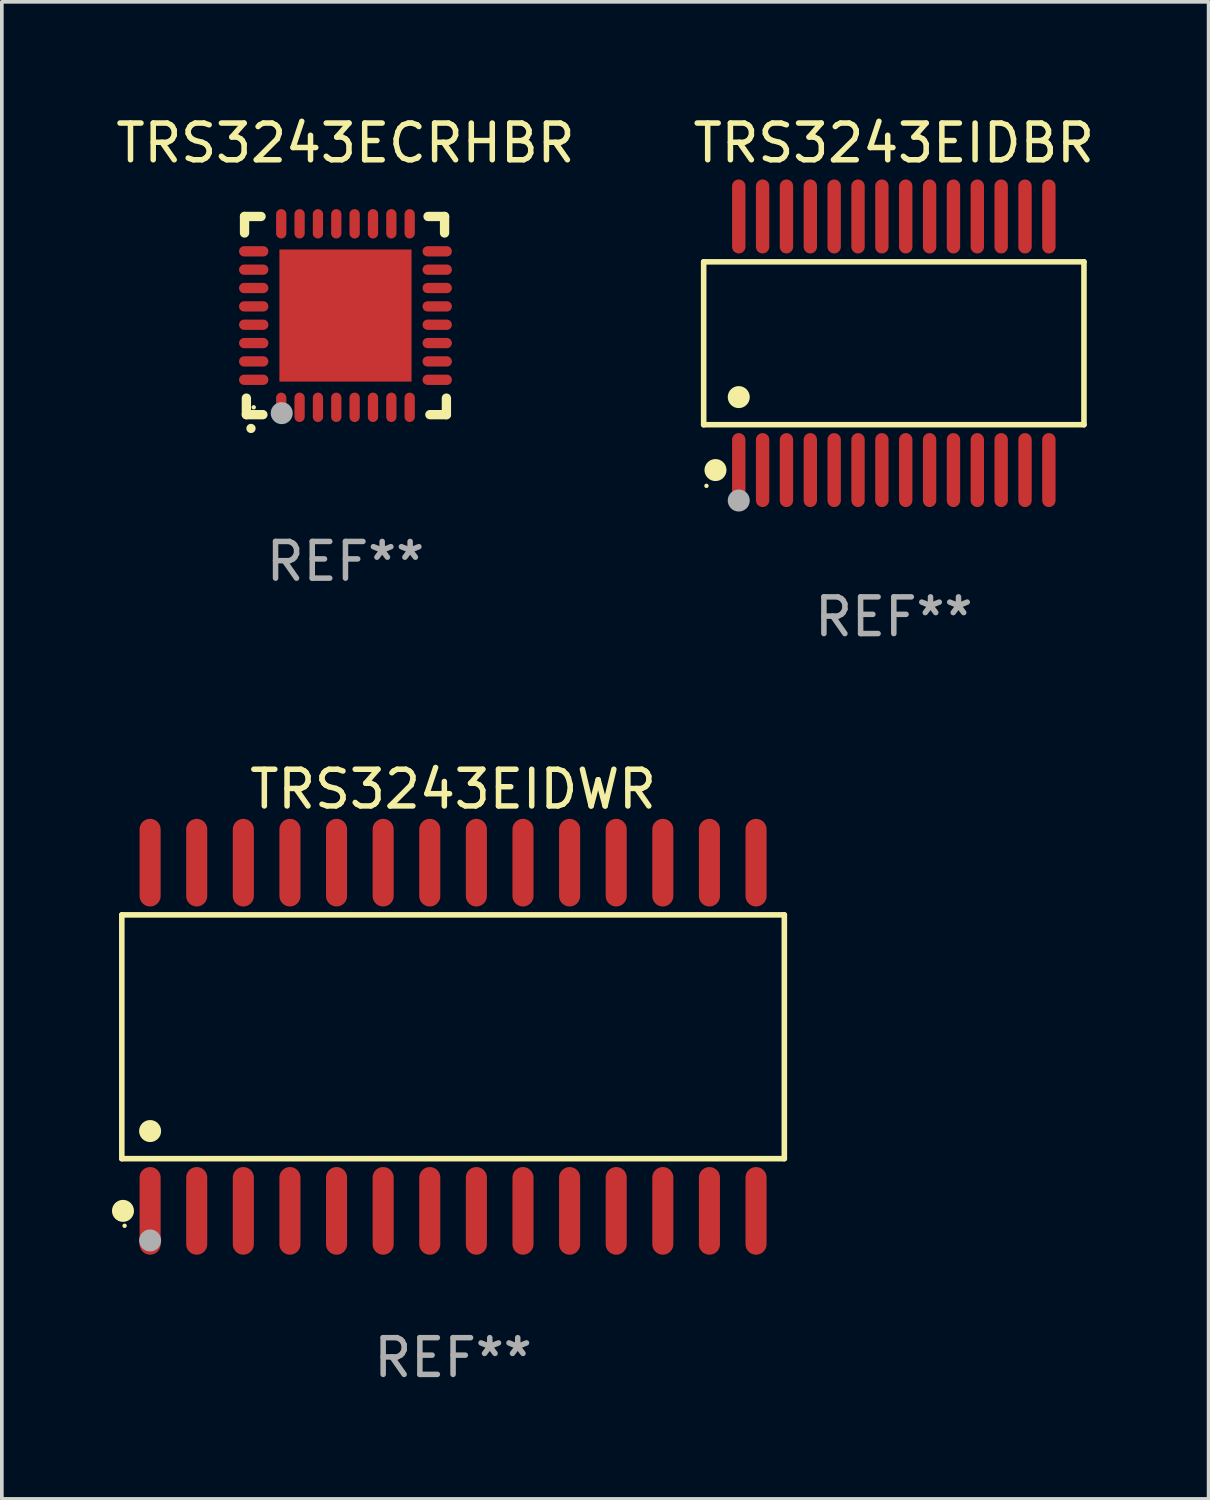
<source format=kicad_pcb>
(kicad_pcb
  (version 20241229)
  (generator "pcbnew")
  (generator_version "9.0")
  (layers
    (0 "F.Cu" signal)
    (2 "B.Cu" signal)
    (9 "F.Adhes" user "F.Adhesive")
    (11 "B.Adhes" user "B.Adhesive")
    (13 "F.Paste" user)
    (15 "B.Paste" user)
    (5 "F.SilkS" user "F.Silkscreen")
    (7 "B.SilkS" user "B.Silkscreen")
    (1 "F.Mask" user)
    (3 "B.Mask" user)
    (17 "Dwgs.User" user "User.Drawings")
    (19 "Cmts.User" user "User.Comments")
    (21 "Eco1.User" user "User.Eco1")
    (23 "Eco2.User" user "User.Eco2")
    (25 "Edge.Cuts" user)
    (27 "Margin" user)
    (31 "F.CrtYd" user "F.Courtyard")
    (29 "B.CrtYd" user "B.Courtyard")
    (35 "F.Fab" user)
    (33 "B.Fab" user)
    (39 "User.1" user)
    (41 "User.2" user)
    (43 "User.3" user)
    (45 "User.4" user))
  (footprint "TRS3243EIDWR"
    (layer "F.Cu")
    (at 9.295 25.199)
    (property "Reference" "TRS3243EIDWR" (at 0 -6.744 0) (layer "F.SilkS") (effects (font (size 1 1) (thickness 0.15))))
    (attr through_hole)
    (fp_line (start -9.026 -3.321) (end 9.026 -3.321) (stroke (width 0.152) (type solid)) (layer "F.SilkS"))
    (fp_line (start -9.026 3.321) (end -9.026 -3.321) (stroke (width 0.152) (type solid)) (layer "F.SilkS"))
    (fp_line (start 9.026 -3.321) (end 9.026 3.321) (stroke (width 0.152) (type solid)) (layer "F.SilkS"))
    (fp_line (start 9.026 3.321) (end -9.026 3.321) (stroke (width 0.152) (type solid)) (layer "F.SilkS"))
    (fp_circle (center -8.994 4.744) (end -8.844 4.744) (stroke (width 0.3) (type solid)) (fill no) (layer "F.SilkS"))
    (fp_circle (center -8.95 5.15) (end -8.92 5.15) (stroke (width 0.06) (type solid)) (fill no) (layer "F.SilkS"))
    (fp_circle (center -8.255 2.569) (end -8.105 2.569) (stroke (width 0.3) (type solid)) (fill no) (layer "F.SilkS"))
    (fp_circle (center -8.255 5.55) (end -8.105 5.55) (stroke (width 0.3) (type solid)) (fill no) (layer "F.Fab"))
    (fp_text user "REF**" (at 0 8.744 0) (layer "F.Fab") (effects (font (size 1 1) (thickness 0.15))))
    (pad "1" smd oval (at -8.255 4.744) (size 0.574 2.388) (layers "F.Cu" "F.Mask" "F.Paste"))
    (pad "2" smd oval (at -6.985 4.744) (size 0.574 2.388) (layers "F.Cu" "F.Mask" "F.Paste"))
    (pad "3" smd oval (at -5.715 4.744) (size 0.574 2.388) (layers "F.Cu" "F.Mask" "F.Paste"))
    (pad "4" smd oval (at -4.445 4.744) (size 0.574 2.388) (layers "F.Cu" "F.Mask" "F.Paste"))
    (pad "5" smd oval (at -3.175 4.744) (size 0.574 2.388) (layers "F.Cu" "F.Mask" "F.Paste"))
    (pad "6" smd oval (at -1.905 4.744) (size 0.574 2.388) (layers "F.Cu" "F.Mask" "F.Paste"))
    (pad "7" smd oval (at -0.635 4.744) (size 0.574 2.388) (layers "F.Cu" "F.Mask" "F.Paste"))
    (pad "8" smd oval (at 0.635 4.744) (size 0.574 2.388) (layers "F.Cu" "F.Mask" "F.Paste"))
    (pad "9" smd oval (at 1.905 4.744) (size 0.574 2.388) (layers "F.Cu" "F.Mask" "F.Paste"))
    (pad "10" smd oval (at 3.175 4.744) (size 0.574 2.388) (layers "F.Cu" "F.Mask" "F.Paste"))
    (pad "11" smd oval (at 4.445 4.744) (size 0.574 2.388) (layers "F.Cu" "F.Mask" "F.Paste"))
    (pad "12" smd oval (at 5.715 4.744) (size 0.574 2.388) (layers "F.Cu" "F.Mask" "F.Paste"))
    (pad "13" smd oval (at 6.985 4.744) (size 0.574 2.388) (layers "F.Cu" "F.Mask" "F.Paste"))
    (pad "14" smd oval (at 8.255 4.744) (size 0.574 2.388) (layers "F.Cu" "F.Mask" "F.Paste"))
    (pad "15" smd oval (at 8.255 -4.744) (size 0.574 2.388) (layers "F.Cu" "F.Mask" "F.Paste"))
    (pad "16" smd oval (at 6.985 -4.744) (size 0.574 2.388) (layers "F.Cu" "F.Mask" "F.Paste"))
    (pad "17" smd oval (at 5.715 -4.744) (size 0.574 2.388) (layers "F.Cu" "F.Mask" "F.Paste"))
    (pad "18" smd oval (at 4.445 -4.744) (size 0.574 2.388) (layers "F.Cu" "F.Mask" "F.Paste"))
    (pad "19" smd oval (at 3.175 -4.744) (size 0.574 2.388) (layers "F.Cu" "F.Mask" "F.Paste"))
    (pad "20" smd oval (at 1.905 -4.744) (size 0.574 2.388) (layers "F.Cu" "F.Mask" "F.Paste"))
    (pad "21" smd oval (at 0.635 -4.744) (size 0.574 2.388) (layers "F.Cu" "F.Mask" "F.Paste"))
    (pad "22" smd oval (at -0.635 -4.744) (size 0.574 2.388) (layers "F.Cu" "F.Mask" "F.Paste"))
    (pad "23" smd oval (at -1.905 -4.744) (size 0.574 2.388) (layers "F.Cu" "F.Mask" "F.Paste"))
    (pad "24" smd oval (at -3.175 -4.744) (size 0.574 2.388) (layers "F.Cu" "F.Mask" "F.Paste"))
    (pad "25" smd oval (at -4.445 -4.744) (size 0.574 2.388) (layers "F.Cu" "F.Mask" "F.Paste"))
    (pad "26" smd oval (at -5.715 -4.744) (size 0.574 2.388) (layers "F.Cu" "F.Mask" "F.Paste"))
    (pad "27" smd oval (at -6.985 -4.744) (size 0.574 2.388) (layers "F.Cu" "F.Mask" "F.Paste"))
    (pad "28" smd oval (at -8.255 -4.744) (size 0.574 2.388) (layers "F.Cu" "F.Mask" "F.Paste")))
  (footprint "TRS3243EIDBR"
    (layer "F.Cu")
    (at 21.304 6.303)
    (property "Reference" "TRS3243EIDBR" (at 0 -5.455 0) (layer "F.SilkS") (effects (font (size 1 1) (thickness 0.15))))
    (attr through_hole)
    (fp_line (start -5.181 -2.219) (end 5.181 -2.219) (stroke (width 0.152) (type solid)) (layer "F.SilkS"))
    (fp_line (start -5.181 2.219) (end -5.181 -2.219) (stroke (width 0.152) (type solid)) (layer "F.SilkS"))
    (fp_line (start 5.181 -2.219) (end 5.181 2.219) (stroke (width 0.152) (type solid)) (layer "F.SilkS"))
    (fp_line (start 5.181 2.219) (end -5.181 2.219) (stroke (width 0.152) (type solid)) (layer "F.SilkS"))
    (fp_circle (center -5.105 3.885) (end -5.075 3.885) (stroke (width 0.06) (type solid)) (fill no) (layer "F.SilkS"))
    (fp_circle (center -4.859 3.455) (end -4.709 3.455) (stroke (width 0.3) (type solid)) (fill no) (layer "F.SilkS"))
    (fp_circle (center -4.225 1.467) (end -4.075 1.467) (stroke (width 0.3) (type solid)) (fill no) (layer "F.SilkS"))
    (fp_circle (center -4.225 4.285) (end -4.075 4.285) (stroke (width 0.3) (type solid)) (fill no) (layer "F.Fab"))
    (fp_text user "REF**" (at 0 7.455 0) (layer "F.Fab") (effects (font (size 1 1) (thickness 0.15))))
    (pad "1" smd oval (at -4.225 3.455) (size 0.364 2.015) (layers "F.Cu" "F.Mask" "F.Paste"))
    (pad "2" smd oval (at -3.575 3.455) (size 0.364 2.015) (layers "F.Cu" "F.Mask" "F.Paste"))
    (pad "3" smd oval (at -2.925 3.455) (size 0.364 2.015) (layers "F.Cu" "F.Mask" "F.Paste"))
    (pad "4" smd oval (at -2.275 3.455) (size 0.364 2.015) (layers "F.Cu" "F.Mask" "F.Paste"))
    (pad "5" smd oval (at -1.625 3.455) (size 0.364 2.015) (layers "F.Cu" "F.Mask" "F.Paste"))
    (pad "6" smd oval (at -0.975 3.455) (size 0.364 2.015) (layers "F.Cu" "F.Mask" "F.Paste"))
    (pad "7" smd oval (at -0.325 3.455) (size 0.364 2.015) (layers "F.Cu" "F.Mask" "F.Paste"))
    (pad "8" smd oval (at 0.325 3.455) (size 0.364 2.015) (layers "F.Cu" "F.Mask" "F.Paste"))
    (pad "9" smd oval (at 0.975 3.455) (size 0.364 2.015) (layers "F.Cu" "F.Mask" "F.Paste"))
    (pad "10" smd oval (at 1.625 3.455) (size 0.364 2.015) (layers "F.Cu" "F.Mask" "F.Paste"))
    (pad "11" smd oval (at 2.275 3.455) (size 0.364 2.015) (layers "F.Cu" "F.Mask" "F.Paste"))
    (pad "12" smd oval (at 2.925 3.455) (size 0.364 2.015) (layers "F.Cu" "F.Mask" "F.Paste"))
    (pad "13" smd oval (at 3.575 3.455) (size 0.364 2.015) (layers "F.Cu" "F.Mask" "F.Paste"))
    (pad "14" smd oval (at 4.225 3.455) (size 0.364 2.015) (layers "F.Cu" "F.Mask" "F.Paste"))
    (pad "15" smd oval (at 4.225 -3.455) (size 0.364 2.015) (layers "F.Cu" "F.Mask" "F.Paste"))
    (pad "16" smd oval (at 3.575 -3.455) (size 0.364 2.015) (layers "F.Cu" "F.Mask" "F.Paste"))
    (pad "17" smd oval (at 2.925 -3.455) (size 0.364 2.015) (layers "F.Cu" "F.Mask" "F.Paste"))
    (pad "18" smd oval (at 2.275 -3.455) (size 0.364 2.015) (layers "F.Cu" "F.Mask" "F.Paste"))
    (pad "19" smd oval (at 1.625 -3.455) (size 0.364 2.015) (layers "F.Cu" "F.Mask" "F.Paste"))
    (pad "20" smd oval (at 0.975 -3.455) (size 0.364 2.015) (layers "F.Cu" "F.Mask" "F.Paste"))
    (pad "21" smd oval (at 0.325 -3.455) (size 0.364 2.015) (layers "F.Cu" "F.Mask" "F.Paste"))
    (pad "22" smd oval (at -0.325 -3.455) (size 0.364 2.015) (layers "F.Cu" "F.Mask" "F.Paste"))
    (pad "23" smd oval (at -0.975 -3.455) (size 0.364 2.015) (layers "F.Cu" "F.Mask" "F.Paste"))
    (pad "24" smd oval (at -1.625 -3.455) (size 0.364 2.015) (layers "F.Cu" "F.Mask" "F.Paste"))
    (pad "25" smd oval (at -2.275 -3.455) (size 0.364 2.015) (layers "F.Cu" "F.Mask" "F.Paste"))
    (pad "26" smd oval (at -2.925 -3.455) (size 0.364 2.015) (layers "F.Cu" "F.Mask" "F.Paste"))
    (pad "27" smd oval (at -3.575 -3.455) (size 0.364 2.015) (layers "F.Cu" "F.Mask" "F.Paste"))
    (pad "28" smd oval (at -4.225 -3.455) (size 0.364 2.015) (layers "F.Cu" "F.Mask" "F.Paste")))
  (footprint "TRS3243ECRHBR"
    (layer "F.Cu")
    (at 6.363 5.548)
    (property "Reference" "TRS3243ECRHBR" (at 0 -4.7 0) (layer "F.SilkS") (effects (font (size 1 1) (thickness 0.15))))
    (attr through_hole)
    (fp_line (start -2.75 -2.7) (end -2.75 -2.25) (stroke (width 0.254) (type solid)) (layer "F.SilkS"))
    (fp_line (start -2.7 2.7) (end -2.7 2.25) (stroke (width 0.254) (type solid)) (layer "F.SilkS"))
    (fp_line (start -2.3 -2.7) (end -2.75 -2.7) (stroke (width 0.254) (type solid)) (layer "F.SilkS"))
    (fp_line (start -2.25 2.7) (end -2.7 2.7) (stroke (width 0.254) (type solid)) (layer "F.SilkS"))
    (fp_line (start 2.3 2.7) (end 2.75 2.7) (stroke (width 0.254) (type solid)) (layer "F.SilkS"))
    (fp_line (start 2.7 -2.7) (end 2.25 -2.7) (stroke (width 0.254) (type solid)) (layer "F.SilkS"))
    (fp_line (start 2.7 -2.25) (end 2.7 -2.7) (stroke (width 0.254) (type solid)) (layer "F.SilkS"))
    (fp_line (start 2.75 2.7) (end 2.75 2.25) (stroke (width 0.254) (type solid)) (layer "F.SilkS"))
    (fp_arc (start -2.575565 3.075946) (mid -2.574295 3.07594) (end -2.573025 3.075946) (stroke (width 0.25) (type solid)) (layer "F.SilkS"))
    (fp_circle (center -2.5 2.5) (end -2.47 2.5) (stroke (width 0.06) (type solid)) (fill no) (layer "F.SilkS"))
    (fp_circle (center -1.737 2.659) (end -1.587 2.659) (stroke (width 0.3) (type solid)) (fill no) (layer "F.Fab"))
    (fp_text user "REF**" (at 0 6.7 0) (layer "F.Fab") (effects (font (size 1 1) (thickness 0.15))))
    (pad "1" smd oval (at -1.75 2.5) (size 0.28 0.8) (layers "F.Cu" "F.Mask" "F.Paste"))
    (pad "2" smd oval (at -1.25 2.5) (size 0.28 0.8) (layers "F.Cu" "F.Mask" "F.Paste"))
    (pad "3" smd oval (at -0.75 2.5) (size 0.28 0.8) (layers "F.Cu" "F.Mask" "F.Paste"))
    (pad "4" smd oval (at -0.25 2.5) (size 0.28 0.8) (layers "F.Cu" "F.Mask" "F.Paste"))
    (pad "5" smd oval (at 0.25 2.5) (size 0.28 0.8) (layers "F.Cu" "F.Mask" "F.Paste"))
    (pad "6" smd oval (at 0.75 2.5) (size 0.28 0.8) (layers "F.Cu" "F.Mask" "F.Paste"))
    (pad "7" smd oval (at 1.25 2.5) (size 0.28 0.8) (layers "F.Cu" "F.Mask" "F.Paste"))
    (pad "8" smd oval (at 1.75 2.5) (size 0.28 0.8) (layers "F.Cu" "F.Mask" "F.Paste"))
    (pad "9" smd oval (at 2.5 1.75) (size 0.8 0.28) (layers "F.Cu" "F.Mask" "F.Paste"))
    (pad "10" smd oval (at 2.5 1.25) (size 0.8 0.28) (layers "F.Cu" "F.Mask" "F.Paste"))
    (pad "11" smd oval (at 2.5 0.75) (size 0.8 0.28) (layers "F.Cu" "F.Mask" "F.Paste"))
    (pad "12" smd oval (at 2.5 0.25) (size 0.8 0.28) (layers "F.Cu" "F.Mask" "F.Paste"))
    (pad "13" smd oval (at 2.5 -0.25) (size 0.8 0.28) (layers "F.Cu" "F.Mask" "F.Paste"))
    (pad "14" smd oval (at 2.5 -0.75) (size 0.8 0.28) (layers "F.Cu" "F.Mask" "F.Paste"))
    (pad "15" smd oval (at 2.5 -1.25) (size 0.8 0.28) (layers "F.Cu" "F.Mask" "F.Paste"))
    (pad "16" smd oval (at 2.5 -1.75) (size 0.8 0.28) (layers "F.Cu" "F.Mask" "F.Paste"))
    (pad "17" smd oval (at 1.75 -2.5) (size 0.28 0.8) (layers "F.Cu" "F.Mask" "F.Paste"))
    (pad "18" smd oval (at 1.25 -2.5) (size 0.28 0.8) (layers "F.Cu" "F.Mask" "F.Paste"))
    (pad "19" smd oval (at 0.75 -2.5) (size 0.28 0.8) (layers "F.Cu" "F.Mask" "F.Paste"))
    (pad "20" smd oval (at 0.25 -2.5) (size 0.28 0.8) (layers "F.Cu" "F.Mask" "F.Paste"))
    (pad "21" smd oval (at -0.25 -2.5) (size 0.28 0.8) (layers "F.Cu" "F.Mask" "F.Paste"))
    (pad "22" smd oval (at -0.75 -2.5) (size 0.28 0.8) (layers "F.Cu" "F.Mask" "F.Paste"))
    (pad "23" smd oval (at -1.25 -2.5) (size 0.28 0.8) (layers "F.Cu" "F.Mask" "F.Paste"))
    (pad "24" smd oval (at -1.75 -2.5) (size 0.28 0.8) (layers "F.Cu" "F.Mask" "F.Paste"))
    (pad "25" smd oval (at -2.5 -1.75) (size 0.8 0.28) (layers "F.Cu" "F.Mask" "F.Paste"))
    (pad "26" smd oval (at -2.5 -1.25) (size 0.8 0.28) (layers "F.Cu" "F.Mask" "F.Paste"))
    (pad "27" smd oval (at -2.5 -0.75) (size 0.8 0.28) (layers "F.Cu" "F.Mask" "F.Paste"))
    (pad "28" smd oval (at -2.5 -0.25) (size 0.8 0.28) (layers "F.Cu" "F.Mask" "F.Paste"))
    (pad "29" smd oval (at -2.5 0.25) (size 0.8 0.28) (layers "F.Cu" "F.Mask" "F.Paste"))
    (pad "30" smd oval (at -2.5 0.75) (size 0.8 0.28) (layers "F.Cu" "F.Mask" "F.Paste"))
    (pad "31" smd oval (at -2.5 1.25) (size 0.8 0.28) (layers "F.Cu" "F.Mask" "F.Paste"))
    (pad "32" smd oval (at -2.5 1.75) (size 0.8 0.28) (layers "F.Cu" "F.Mask" "F.Paste"))
    (pad "33" smd rect (at 0.000076 0.000076) (size 3.6 3.6) (layers "F.Cu" "F.Mask" "F.Paste")))
  (gr_rect
    (start -3 -3)
    (end 29.881 37.791)
    (stroke (width 0.1) (type default))
    (fill no)
    (layer "Edge.Cuts")))
</source>
